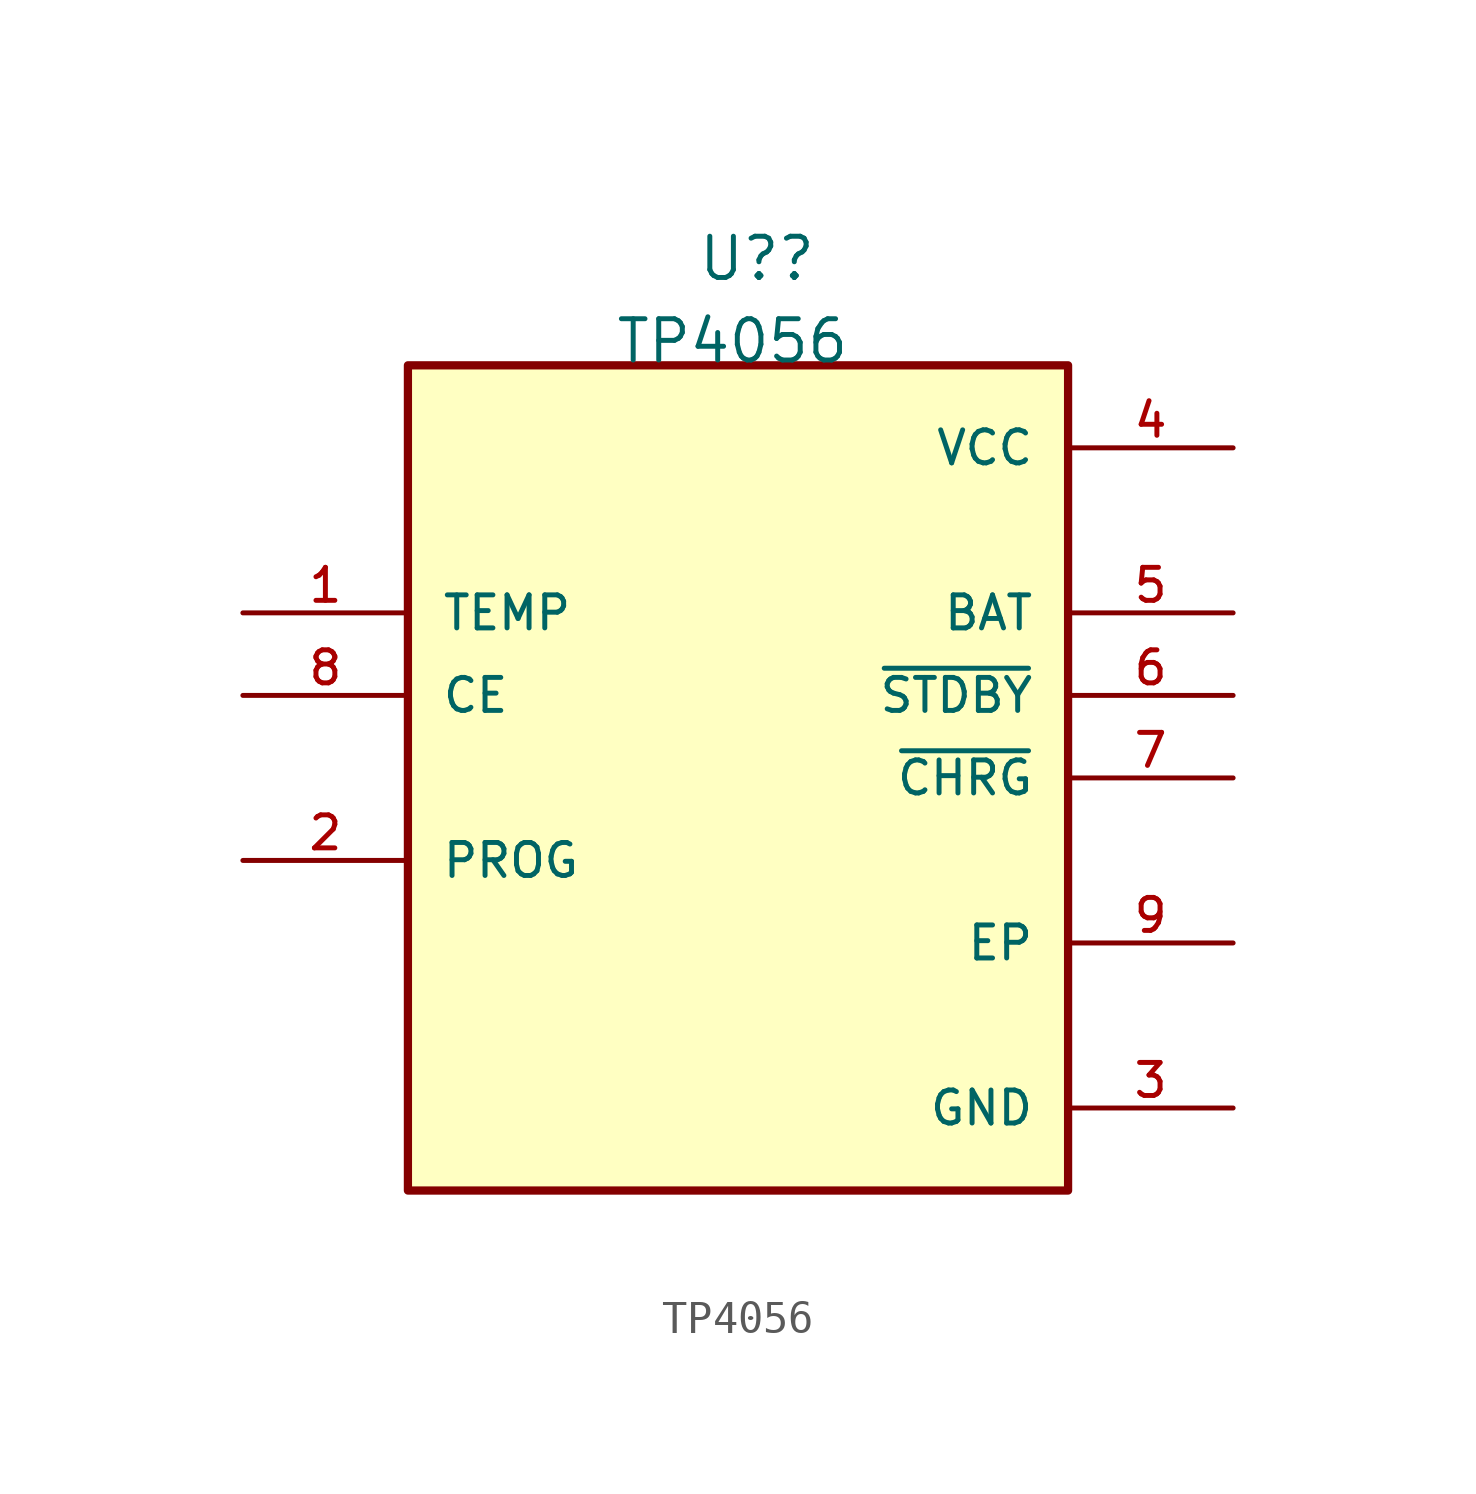
<source format=kicad_sym>
(kicad_symbol_lib
  (version 20211014)
  (generator kicad_symbol_editor)
  (symbol "TP4056"
    (pin_names
      (offset 1.016))
    (property "Reference" "U?"
      (at -1.27 15.24 0)
      (effects (font (size 1.27 1.27)) (justify left bottom)))
    (property "Value" "TP4056"
      (at -3.81 12.7 0)
      (effects (font (size 1.27 1.27)) (justify left bottom)))
    (symbol "TP4056_0_0"
      (rectangle (start -10.16 -12.7) (end 10.16 12.7) (stroke (width 0.254) (type default) (color 0 0 0 0)) (fill (type background)))
      (pin input line (at -15.24 5.08 0) (length 5.08) (name "TEMP" (effects (font (size 1.016 1.016)))) (number "1" (effects (font (size 1.016 1.016)))))
      (pin bidirectional line (at -15.24 -2.54 0) (length 5.08) (name "PROG" (effects (font (size 1.016 1.016)))) (number "2" (effects (font (size 1.016 1.016)))))
      (pin power_in line (at 15.24 -10.16 180) (length 5.08) (name "GND" (effects (font (size 1.016 1.016)))) (number "3" (effects (font (size 1.016 1.016)))))
      (pin power_in line (at 15.24 10.16 180) (length 5.08) (name "VCC" (effects (font (size 1.016 1.016)))) (number "4" (effects (font (size 1.016 1.016)))))
      (pin output line (at 15.24 5.08 180) (length 5.08) (name "BAT" (effects (font (size 1.016 1.016)))) (number "5" (effects (font (size 1.016 1.016)))))
      (pin output line (at 15.24 2.54 180) (length 5.08) (name "~{STDBY}" (effects (font (size 1.016 1.016)))) (number "6" (effects (font (size 1.016 1.016)))))
      (pin output line (at 15.24 0 180) (length 5.08) (name "~{CHRG}" (effects (font (size 1.016 1.016)))) (number "7" (effects (font (size 1.016 1.016)))))
      (pin input line (at -15.24 2.54 0) (length 5.08) (name "CE" (effects (font (size 1.016 1.016)))) (number "8" (effects (font (size 1.016 1.016)))))
      (pin passive line (at 15.24 -5.08 180) (length 5.08) (name "EP" (effects (font (size 1.016 1.016)))) (number "9" (effects (font (size 1.016 1.016))))))))
</source>
